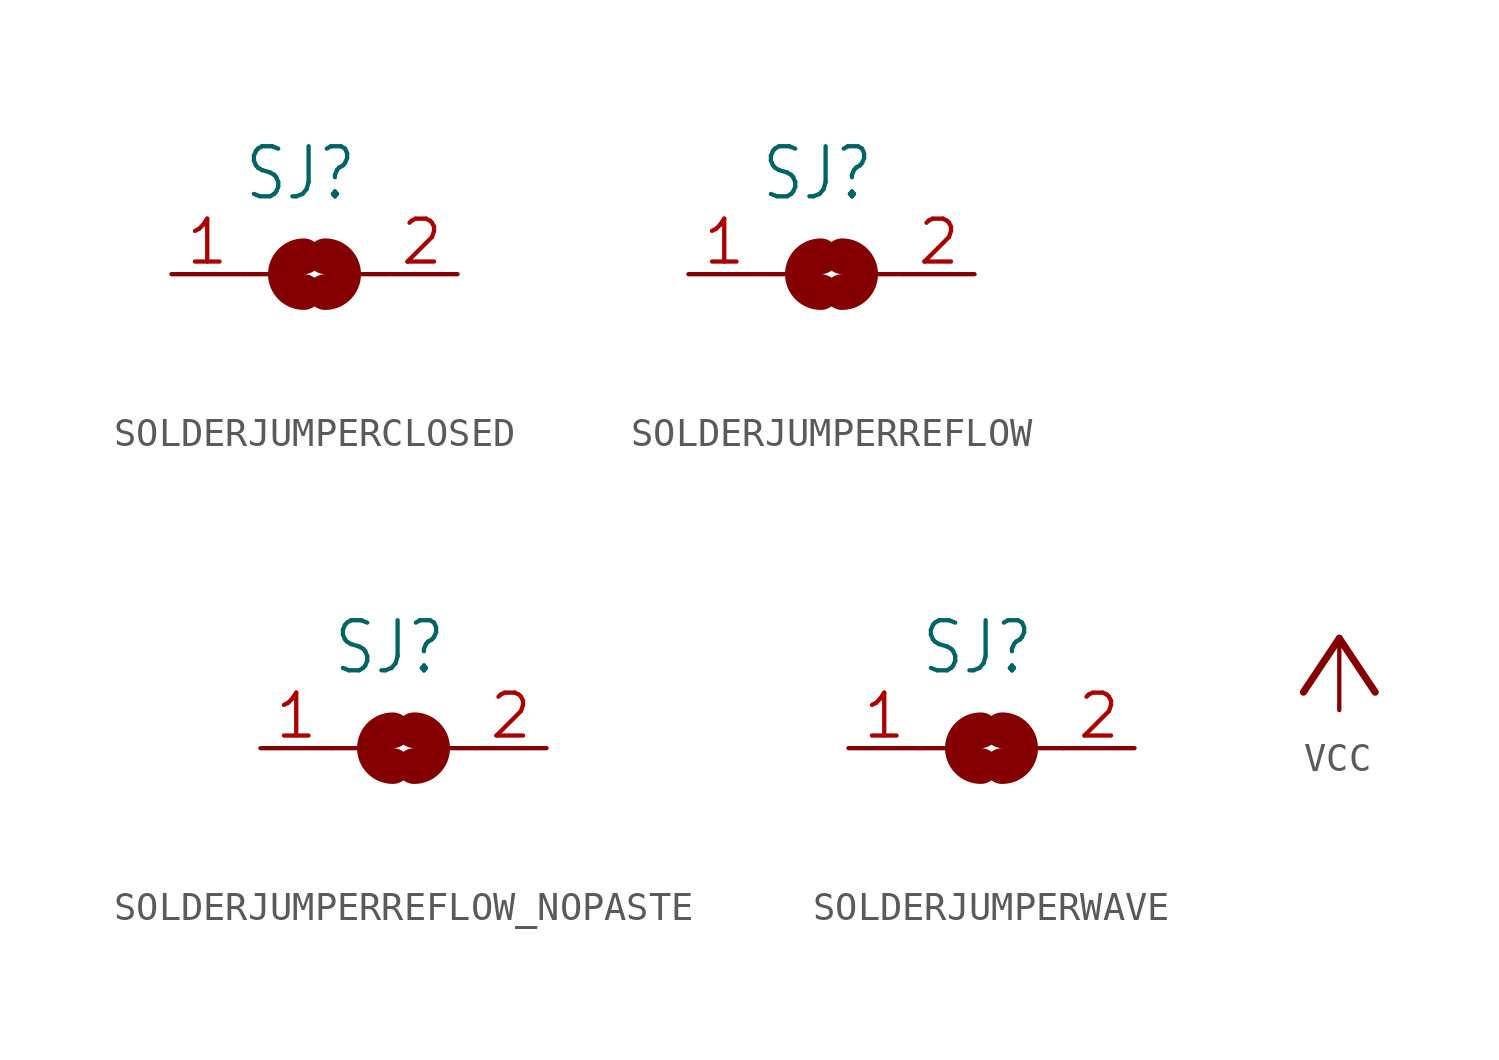
<source format=kicad_sym>
(kicad_symbol_lib
  (version 20241209)
  (generator "kicad_symbol_editor")
  (generator_version "9.0")
  (symbol "SOLDERJUMPERCLOSED"
    (property "Reference" "SJ"
      (at -2.54 2.54 0)
      (effects (font (size 1.778 1.511)) (justify left bottom)))
    (property "Value" ""
      (at -2.54 -3.81 0)
      (effects (font (size 1.778 1.511)) (justify left bottom)))
    (property "ki_locked" ""
      (at 0 0 0)
      (effects (font (size 1.27 1.27))))
    (symbol "SOLDERJUMPERCLOSED_1_0"
      (polyline (pts (xy -2.54 0) (xy -1.651 0)) (stroke (width 0.152) (type solid)) (fill (type none)))
      (arc (start -0.381 -0.635) (mid -1.0159 0.0001) (end -0.3808 0.635) (stroke (width 1.27) (type solid)) (fill (type none)))
      (arc (start 0.381 0.635) (mid 1.0159 -0.0001) (end 0.3808 -0.635) (stroke (width 1.27) (type solid)) (fill (type none)))
      (polyline (pts (xy 2.54 0) (xy 1.651 0)) (stroke (width 0.152) (type solid)) (fill (type none)))
      (pin passive line (at -5.08 0 0) (length 2.54) (name "1" (effects (font (size 0 0)))) (number "1" (effects (font (size 1.524 1.524)))))
      (pin passive line (at 5.08 0 180) (length 2.54) (name "2" (effects (font (size 0 0)))) (number "2" (effects (font (size 1.524 1.524)))))))
  (symbol "SOLDERJUMPERREFLOW"
    (property "Reference" "SJ"
      (at -2.54 2.54 0)
      (effects (font (size 1.778 1.511)) (justify left bottom)))
    (property "Value" ""
      (at -2.54 -3.81 0)
      (effects (font (size 1.778 1.511)) (justify left bottom)))
    (property "ki_locked" ""
      (at 0 0 0)
      (effects (font (size 1.27 1.27))))
    (symbol "SOLDERJUMPERREFLOW_1_0"
      (polyline (pts (xy -2.54 0) (xy -1.651 0)) (stroke (width 0.152) (type solid)) (fill (type none)))
      (arc (start -0.381 -0.635) (mid -1.0159 0.0001) (end -0.3808 0.635) (stroke (width 1.27) (type solid)) (fill (type none)))
      (arc (start 0.381 0.635) (mid 1.0159 -0.0001) (end 0.3808 -0.635) (stroke (width 1.27) (type solid)) (fill (type none)))
      (polyline (pts (xy 2.54 0) (xy 1.651 0)) (stroke (width 0.152) (type solid)) (fill (type none)))
      (pin passive line (at -5.08 0 0) (length 2.54) (name "1" (effects (font (size 0 0)))) (number "1" (effects (font (size 1.524 1.524)))))
      (pin passive line (at 5.08 0 180) (length 2.54) (name "2" (effects (font (size 0 0)))) (number "2" (effects (font (size 1.524 1.524)))))))
  (symbol "SOLDERJUMPERREFLOW_NOPASTE"
    (property "Reference" "SJ"
      (at -2.54 2.54 0)
      (effects (font (size 1.778 1.511)) (justify left bottom)))
    (property "Value" ""
      (at -2.54 -3.81 0)
      (effects (font (size 1.778 1.511)) (justify left bottom)))
    (property "ki_locked" ""
      (at 0 0 0)
      (effects (font (size 1.27 1.27))))
    (symbol "SOLDERJUMPERREFLOW_NOPASTE_1_0"
      (polyline (pts (xy -2.54 0) (xy -1.651 0)) (stroke (width 0.152) (type solid)) (fill (type none)))
      (arc (start -0.381 -0.635) (mid -1.0159 0.0001) (end -0.3808 0.635) (stroke (width 1.27) (type solid)) (fill (type none)))
      (arc (start 0.381 0.635) (mid 1.0159 -0.0001) (end 0.3808 -0.635) (stroke (width 1.27) (type solid)) (fill (type none)))
      (polyline (pts (xy 2.54 0) (xy 1.651 0)) (stroke (width 0.152) (type solid)) (fill (type none)))
      (pin passive line (at -5.08 0 0) (length 2.54) (name "1" (effects (font (size 0 0)))) (number "1" (effects (font (size 1.524 1.524)))))
      (pin passive line (at 5.08 0 180) (length 2.54) (name "2" (effects (font (size 0 0)))) (number "2" (effects (font (size 1.524 1.524)))))))
  (symbol "SOLDERJUMPERWAVE"
    (property "Reference" "SJ"
      (at -2.54 2.54 0)
      (effects (font (size 1.778 1.511)) (justify left bottom)))
    (property "Value" ""
      (at -2.54 -3.81 0)
      (effects (font (size 1.778 1.511)) (justify left bottom)))
    (property "ki_locked" ""
      (at 0 0 0)
      (effects (font (size 1.27 1.27))))
    (symbol "SOLDERJUMPERWAVE_1_0"
      (polyline (pts (xy -2.54 0) (xy -1.651 0)) (stroke (width 0.152) (type solid)) (fill (type none)))
      (arc (start -0.381 -0.635) (mid -1.0159 0.0001) (end -0.3808 0.635) (stroke (width 1.27) (type solid)) (fill (type none)))
      (arc (start 0.381 0.635) (mid 1.0159 -0.0001) (end 0.3808 -0.635) (stroke (width 1.27) (type solid)) (fill (type none)))
      (polyline (pts (xy 2.54 0) (xy 1.651 0)) (stroke (width 0.152) (type solid)) (fill (type none)))
      (pin passive line (at -5.08 0 0) (length 2.54) (name "1" (effects (font (size 0 0)))) (number "1" (effects (font (size 1.524 1.524)))))
      (pin passive line (at 5.08 0 180) (length 2.54) (name "2" (effects (font (size 0 0)))) (number "2" (effects (font (size 1.524 1.524)))))))
  (symbol "VCC"
    (power)
    (property "Reference" "#P+"
      (at 0 0 0)
      (effects (font (size 1.27 1.27)) (hide yes)))
    (property "Value" ""
      (at -1.524 3.556 0)
      (effects (font (size 1.27 1.079)) (justify left bottom)))
    (property "ki_locked" ""
      (at 0 0 0)
      (effects (font (size 1.27 1.27))))
    (symbol "VCC_1_0"
      (polyline (pts (xy 0 2.54) (xy -1.27 0.635)) (stroke (width 0.254) (type solid)) (fill (type none)))
      (polyline (pts (xy 1.27 0.635) (xy 0 2.54)) (stroke (width 0.254) (type solid)) (fill (type none)))
      (pin power_in line (at 0 0 90) (length 2.54) (name "VCC" (effects (font (size 0 0)))) (number "1" (effects (font (size 0 0))))))))
</source>
